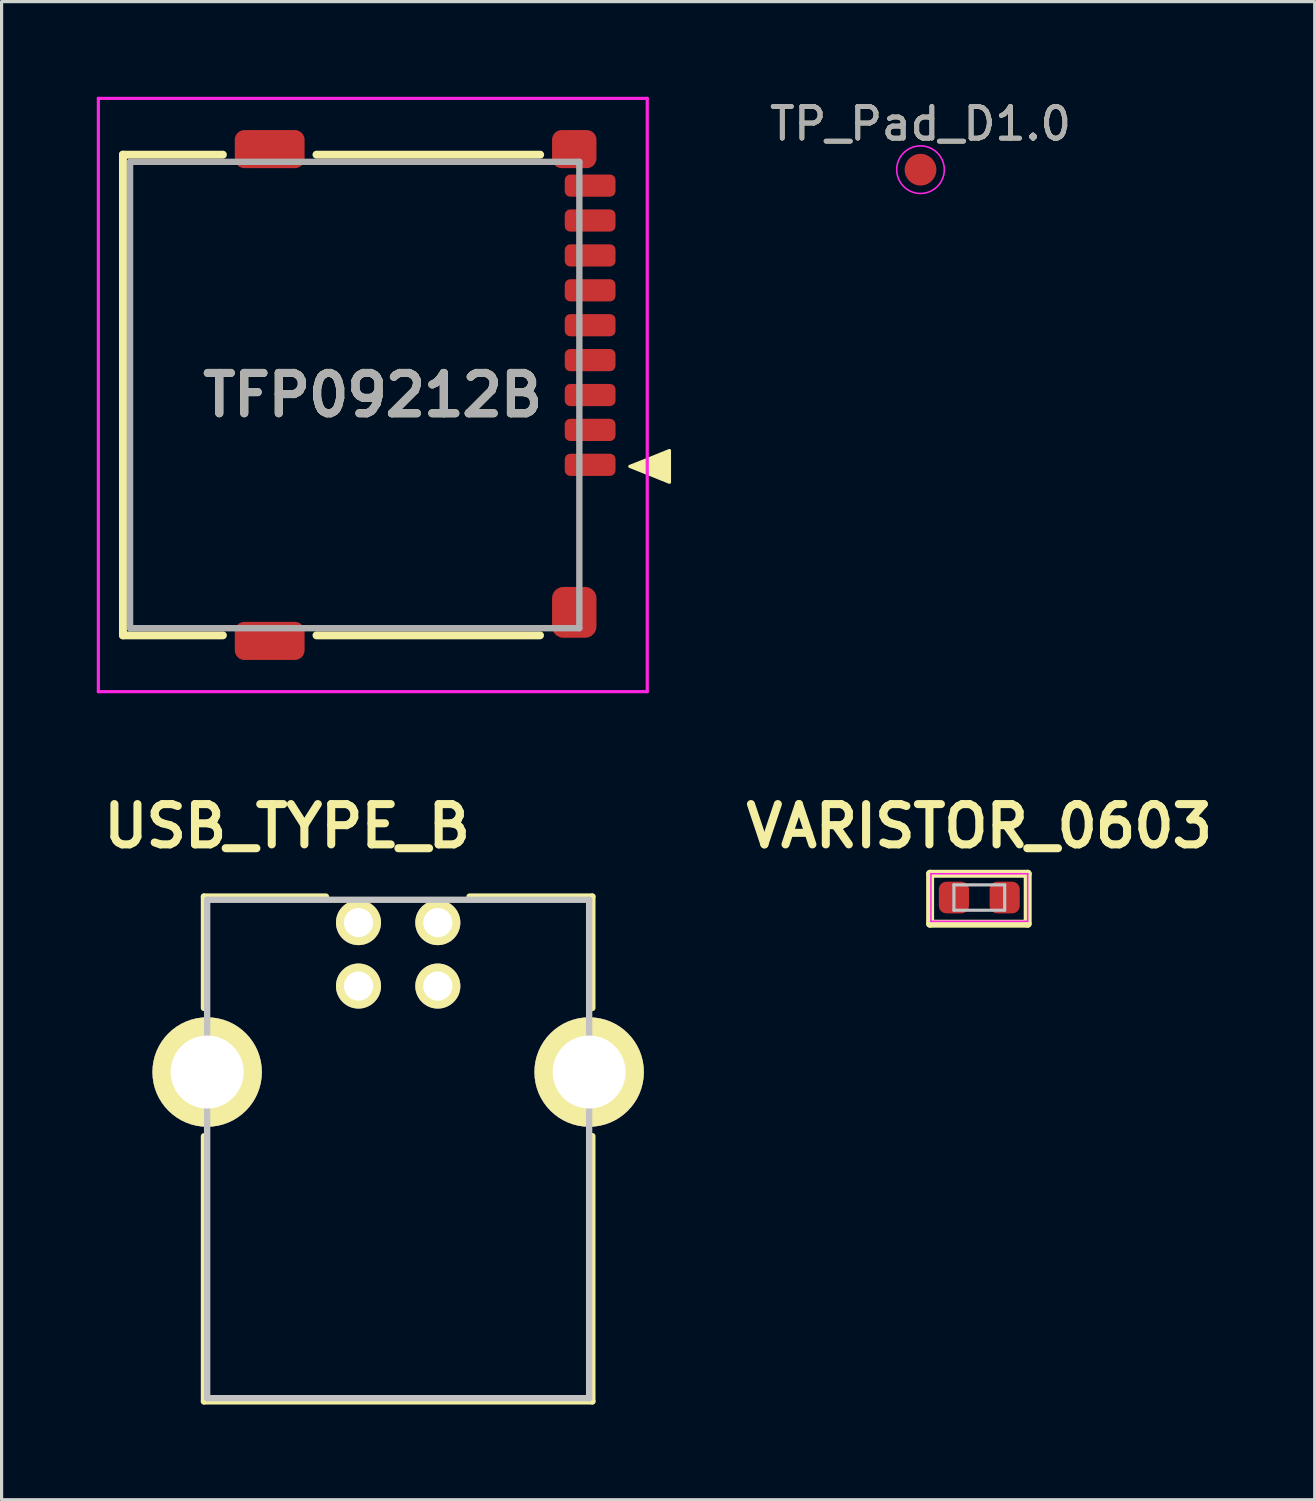
<source format=kicad_pcb>
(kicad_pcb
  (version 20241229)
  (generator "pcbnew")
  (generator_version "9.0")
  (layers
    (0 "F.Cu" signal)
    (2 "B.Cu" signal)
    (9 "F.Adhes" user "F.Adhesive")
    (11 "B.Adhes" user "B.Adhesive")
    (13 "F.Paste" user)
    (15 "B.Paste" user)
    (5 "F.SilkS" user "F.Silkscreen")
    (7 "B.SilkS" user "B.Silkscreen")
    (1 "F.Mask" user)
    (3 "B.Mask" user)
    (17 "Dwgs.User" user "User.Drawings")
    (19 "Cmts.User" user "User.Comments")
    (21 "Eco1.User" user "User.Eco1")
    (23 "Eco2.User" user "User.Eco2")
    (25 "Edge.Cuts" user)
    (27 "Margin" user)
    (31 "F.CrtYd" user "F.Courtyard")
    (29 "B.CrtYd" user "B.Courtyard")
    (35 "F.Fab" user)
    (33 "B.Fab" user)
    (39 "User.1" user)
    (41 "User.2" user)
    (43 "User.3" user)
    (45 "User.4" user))
  (footprint "TFP09212B"
    (layer "F.Cu")
    (at 8.7 9.4)
    (property "Reference" "TFP09212B" (at 0 0 0) (layer "F.SilkS") (effects (font (size 1.27 1.27) (thickness 0.254))))
    (attr through_hole)
    (fp_line (start -7.875 -7.575) (end -7.875 7.575) (stroke (width 0.25) (type solid)) (layer "F.SilkS"))
    (fp_line (start -7.875 7.575) (end -4.725 7.575) (stroke (width 0.25) (type solid)) (layer "F.SilkS"))
    (fp_line (start -4.725 -7.575) (end -7.875 -7.575) (stroke (width 0.25) (type solid)) (layer "F.SilkS"))
    (fp_line (start -1.775 7.575) (end 5.27 7.575) (stroke (width 0.25) (type solid)) (layer "F.SilkS"))
    (fp_line (start 5.275 -7.575) (end -1.775 -7.575) (stroke (width 0.25) (type solid)) (layer "F.SilkS"))
    (fp_poly (pts (xy 9.35 2.75) (xy 8.1 2.25) (xy 9.35 1.75)) (stroke (width 0.1) (type solid)) (fill yes) (layer "F.SilkS"))
    (fp_line (start -8.65 -9.35) (end 8.65 -9.35) (stroke (width 0.1) (type solid)) (layer "F.CrtYd"))
    (fp_line (start -8.65 9.35) (end -8.65 -9.35) (stroke (width 0.1) (type solid)) (layer "F.CrtYd"))
    (fp_line (start 8.65 -9.35) (end 8.65 9.35) (stroke (width 0.1) (type solid)) (layer "F.CrtYd"))
    (fp_line (start 8.65 9.35) (end -8.65 9.35) (stroke (width 0.1) (type solid)) (layer "F.CrtYd"))
    (fp_line (start -7.65 -7.35) (end 6.51 -7.35) (stroke (width 0.2) (type solid)) (layer "F.Fab"))
    (fp_line (start -7.65 7.35) (end -7.65 -7.35) (stroke (width 0.2) (type solid)) (layer "F.Fab"))
    (fp_line (start 6.51 -7.35) (end 6.51 7.35) (stroke (width 0.2) (type solid)) (layer "F.Fab"))
    (fp_line (start 6.51 7.35) (end -7.65 7.35) (stroke (width 0.2) (type solid)) (layer "F.Fab"))
    (fp_text user "${REFERENCE}" (at 0 0 0) (layer "F.Fab") (effects (font (size 1.27 1.27) (thickness 0.254))))
    (pad "" np_thru_hole circle (at -3.65 -4.93) (size 0.001 0.001) (drill 1) (layers "*.Cu" "*.Mask"))
    (pad "" np_thru_hole circle (at -3.65 3.05) (size 0.001 0.001) (drill 1) (layers "*.Cu" "*.Mask"))
    (pad "1" smd roundrect (at 6.85 2.2 90) (size 0.7 1.6) (layers "F.Cu" "F.Mask" "F.Paste") (roundrect_rratio 0.25))
    (pad "2" smd roundrect (at 6.85 1.1 90) (size 0.7 1.6) (layers "F.Cu" "F.Mask" "F.Paste") (roundrect_rratio 0.25))
    (pad "3" smd roundrect (at 6.85 0 90) (size 0.7 1.6) (layers "F.Cu" "F.Mask" "F.Paste") (roundrect_rratio 0.25))
    (pad "4" smd roundrect (at 6.85 -1.1 90) (size 0.7 1.6) (layers "F.Cu" "F.Mask" "F.Paste") (roundrect_rratio 0.25))
    (pad "5" smd roundrect (at 6.85 -2.2 90) (size 0.7 1.6) (layers "F.Cu" "F.Mask" "F.Paste") (roundrect_rratio 0.25))
    (pad "6" smd roundrect (at 6.85 -3.3 90) (size 0.7 1.6) (layers "F.Cu" "F.Mask" "F.Paste") (roundrect_rratio 0.25))
    (pad "7" smd roundrect (at 6.85 -4.4 90) (size 0.7 1.6) (layers "F.Cu" "F.Mask" "F.Paste") (roundrect_rratio 0.25))
    (pad "8" smd roundrect (at 6.85 -5.5 90) (size 0.7 1.6) (layers "F.Cu" "F.Mask" "F.Paste") (roundrect_rratio 0.25))
    (pad "9" smd roundrect (at 6.85 -6.6 90) (size 0.7 1.6) (layers "F.Cu" "F.Mask" "F.Paste") (roundrect_rratio 0.25))
    (pad "10" smd roundrect (at 6.35 -7.75 90) (size 1.2 1.4) (layers "F.Cu" "F.Mask" "F.Paste") (roundrect_rratio 0.25))
    (pad "11" smd roundrect (at -3.25 -7.75 90) (size 1.2 2.2) (layers "F.Cu" "F.Mask" "F.Paste") (roundrect_rratio 0.25))
    (pad "12" smd roundrect (at -3.25 7.75 90) (size 1.2 2.2) (layers "F.Cu" "F.Mask" "F.Paste") (roundrect_rratio 0.25))
    (pad "13" smd roundrect (at 6.35 6.85) (size 1.4 1.6) (layers "F.Cu" "F.Mask" "F.Paste") (roundrect_rratio 0.25)))
  (footprint "VARISTOR_0603"
    (layer "F.Cu")
    (at 27.816 25.239)
    (property "Reference" "VARISTOR_0603" (at 0 -2.25 0) (layer "F.SilkS") (effects (font (size 1.27 1.27) (thickness 0.254))))
    (attr smd)
    (fp_line (start -1.55 -0.75) (end 1.525 -0.75) (stroke (width 0.25) (type solid)) (layer "F.SilkS"))
    (fp_line (start -1.55 0.825) (end -1.55 -0.75) (stroke (width 0.25) (type solid)) (layer "F.SilkS"))
    (fp_line (start 1.525 -0.75) (end 1.525 0.825) (stroke (width 0.25) (type solid)) (layer "F.SilkS"))
    (fp_line (start 1.525 0.825) (end -1.55 0.825) (stroke (width 0.25) (type solid)) (layer "F.SilkS"))
    (fp_line (start -0.8 -0.4) (end 0.8 -0.4) (stroke (width 0.1) (type solid)) (layer "Dwgs.User"))
    (fp_line (start -0.8 0.4) (end -0.8 -0.4) (stroke (width 0.1) (type solid)) (layer "Dwgs.User"))
    (fp_line (start 0.8 -0.4) (end 0.8 0.4) (stroke (width 0.1) (type solid)) (layer "Dwgs.User"))
    (fp_line (start 0.8 0.4) (end -0.8 0.4) (stroke (width 0.1) (type solid)) (layer "Dwgs.User"))
    (fp_line (start -1.525 -0.75) (end 1.525 -0.75) (stroke (width 0.05) (type solid)) (layer "F.CrtYd"))
    (fp_line (start -1.525 0.75) (end -1.525 -0.75) (stroke (width 0.05) (type solid)) (layer "F.CrtYd"))
    (fp_line (start 1.525 -0.75) (end 1.525 0.75) (stroke (width 0.05) (type solid)) (layer "F.CrtYd"))
    (fp_line (start 1.525 0.75) (end -1.525 0.75) (stroke (width 0.05) (type solid)) (layer "F.CrtYd"))
    (pad "1" smd roundrect (at -0.8 0) (size 0.95 1) (layers "F.Cu" "F.Mask" "F.Paste") (roundrect_rratio 0.25))
    (pad "2" smd roundrect (at 0.8 0) (size 0.95 1) (layers "F.Cu" "F.Mask" "F.Paste") (roundrect_rratio 0.25)))
  (footprint "TP_Pad_D1.0"
    (layer "F.Cu")
    (at 25.963 2.298)
    (property "Reference" "TP_Pad_D1.0" (at 0 -1.448 0) (layer "F.SilkS") (effects (font (size 1 1) (thickness 0.15))))
    (attr exclude_from_pos_files exclude_from_bom)
    (fp_circle (center 0 0) (end 0.75 0) (stroke (width 0.05) (type solid)) (fill no) (layer "F.CrtYd"))
    (fp_text user "${REFERENCE}" (at 0 -1.45 0) (layer "F.Fab") (effects (font (size 1 1) (thickness 0.15))))
    (pad "1" smd circle (at 0 0) (size 1 1) (layers "F.Cu" "F.Mask")))
  (footprint "USB_TYPE_B"
    (layer "F.Cu")
    (at 9.499 30.739)
    (property "Reference" "USB_TYPE_B" (at -3.5 -7.75 0) (layer "F.SilkS") (effects (font (size 1.27 1.27) (thickness 0.254))))
    (attr through_hole)
    (fp_line (start -6.12 -5.53) (end -6.12 -2.02) (stroke (width 0.2) (type solid)) (layer "F.SilkS"))
    (fp_line (start -6.12 -5.53) (end -2.275 -5.53) (stroke (width 0.2) (type solid)) (layer "F.SilkS"))
    (fp_line (start -6.12 10.38) (end -6.12 2.025) (stroke (width 0.2) (type solid)) (layer "F.SilkS"))
    (fp_line (start -6.12 10.38) (end 6.12 10.38) (stroke (width 0.2) (type solid)) (layer "F.SilkS"))
    (fp_line (start 6.12 -5.53) (end 2.25 -5.53) (stroke (width 0.2) (type solid)) (layer "F.SilkS"))
    (fp_line (start 6.12 -5.53) (end 6.12 -2.02) (stroke (width 0.2) (type solid)) (layer "F.SilkS"))
    (fp_line (start 6.12 10.38) (end 6.12 2.02) (stroke (width 0.2) (type solid)) (layer "F.SilkS"))
    (fp_line (start -6.02 -5.43) (end -6.02 10.28) (stroke (width 0.2) (type solid)) (layer "Dwgs.User"))
    (fp_line (start -6.02 10.28) (end 6.02 10.28) (stroke (width 0.2) (type solid)) (layer "Dwgs.User"))
    (fp_line (start 6.02 -5.43) (end -6.02 -5.43) (stroke (width 0.2) (type solid)) (layer "Dwgs.User"))
    (fp_line (start 6.02 10.28) (end 6.02 -5.43) (stroke (width 0.2) (type solid)) (layer "Dwgs.User"))
    (pad "1" thru_hole circle (at 1.25 -4.71 90) (size 1.42 1.42) (drill 0.92) (layers "*.Cu" "*.Mask" "F.SilkS"))
    (pad "2" thru_hole circle (at -1.25 -4.71 90) (size 1.42 1.42) (drill 0.92) (layers "*.Cu" "*.Mask" "F.SilkS"))
    (pad "3" thru_hole circle (at -1.25 -2.71 90) (size 1.42 1.42) (drill 0.92) (layers "*.Cu" "*.Mask" "F.SilkS"))
    (pad "4" thru_hole circle (at 1.25 -2.71 90) (size 1.42 1.42) (drill 0.92) (layers "*.Cu" "*.Mask" "F.SilkS"))
    (pad "5" thru_hole circle (at 6.02 0 90) (size 3.45 3.45) (drill 2.3) (layers "*.Cu" "*.Mask" "F.SilkS"))
    (pad "6" thru_hole circle (at -6.02 0 90) (size 3.45 3.45) (drill 2.3) (layers "*.Cu" "*.Mask" "F.SilkS")))
  (gr_rect
    (start -3 -3)
    (end 38.387 44.219)
    (stroke (width 0.1) (type default))
    (fill no)
    (layer "Edge.Cuts")))
</source>
